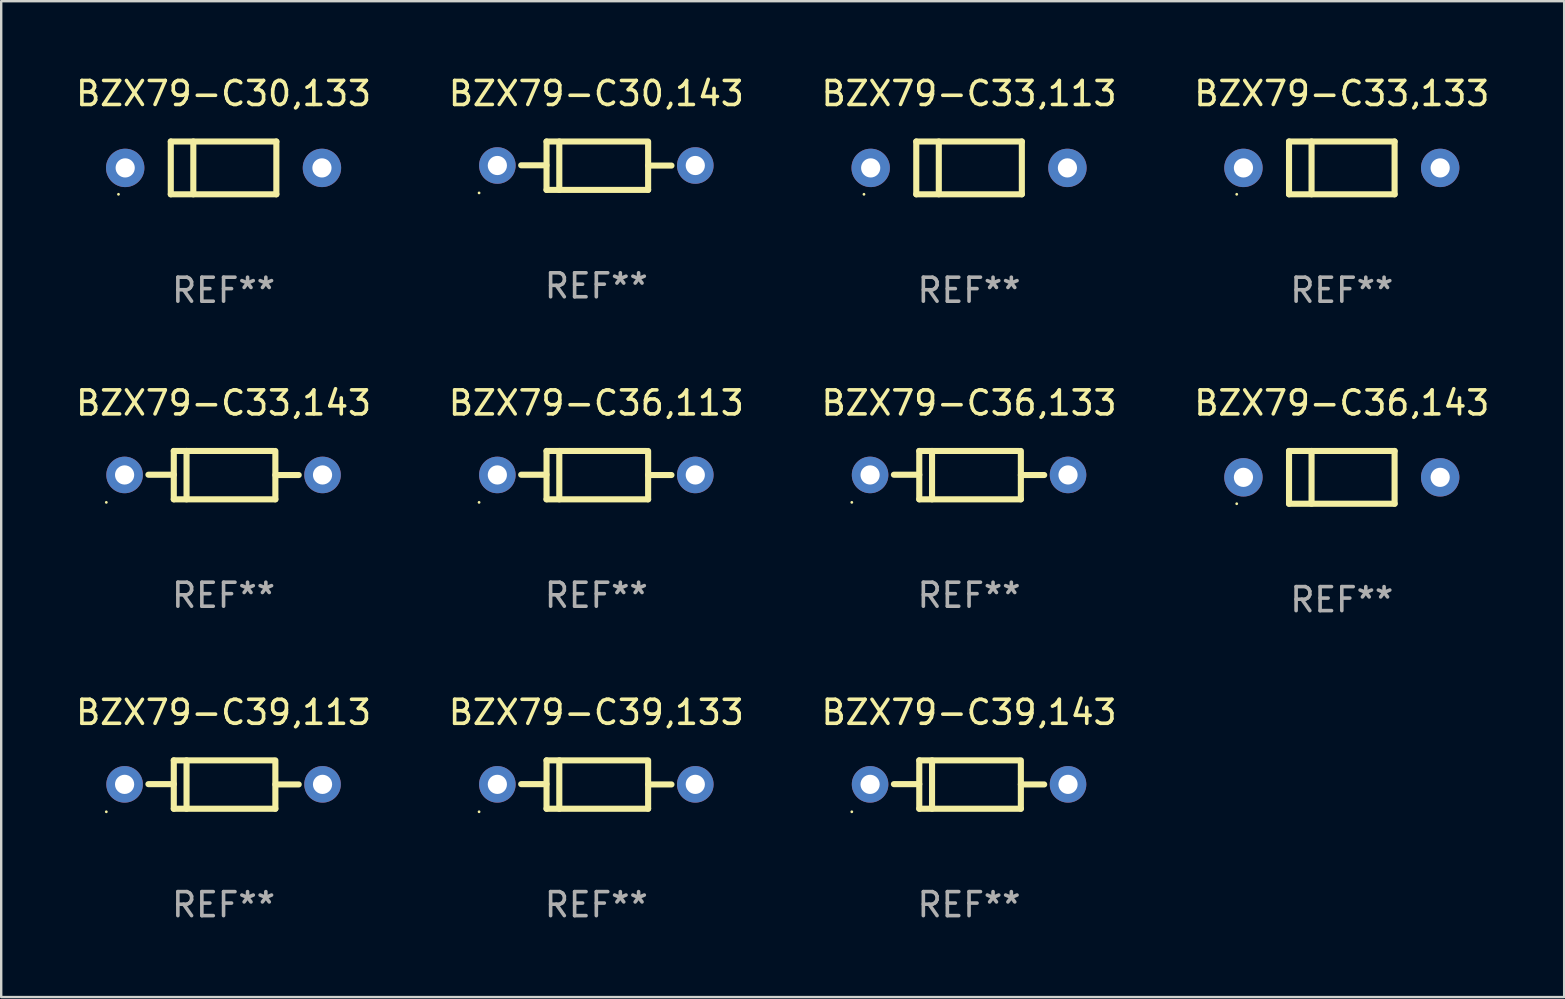
<source format=kicad_pcb>
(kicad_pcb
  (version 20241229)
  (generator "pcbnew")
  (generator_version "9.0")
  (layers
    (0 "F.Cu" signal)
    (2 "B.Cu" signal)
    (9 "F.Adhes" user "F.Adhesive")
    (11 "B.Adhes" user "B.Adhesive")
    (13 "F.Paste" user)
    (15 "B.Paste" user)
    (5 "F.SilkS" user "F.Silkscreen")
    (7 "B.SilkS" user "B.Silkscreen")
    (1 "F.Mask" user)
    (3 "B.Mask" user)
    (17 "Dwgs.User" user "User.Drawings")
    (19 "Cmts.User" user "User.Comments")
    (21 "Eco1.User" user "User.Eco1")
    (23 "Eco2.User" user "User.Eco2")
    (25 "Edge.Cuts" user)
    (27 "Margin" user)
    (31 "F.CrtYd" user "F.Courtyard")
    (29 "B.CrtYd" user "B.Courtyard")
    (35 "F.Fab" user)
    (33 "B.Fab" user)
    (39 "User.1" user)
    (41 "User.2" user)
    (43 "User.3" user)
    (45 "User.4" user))
  (footprint "BZX79-C33,113"
    (layer "F.Cu")
    (at 37.339 3.948)
    (property "Reference" "BZX79-C33,113" (at 0 -3.1 0) (layer "F.SilkS") (effects (font (size 1 1) (thickness 0.15))))
    (attr through_hole)
    (fp_line (start -2.2 -1.1) (end -2.2 1.1) (stroke (width 0.254) (type solid)) (layer "F.SilkS"))
    (fp_line (start -2.2 -1.1) (end 2.2 -1.1) (stroke (width 0.254) (type solid)) (layer "F.SilkS"))
    (fp_line (start -2.2 1.1) (end 2.2 1.1) (stroke (width 0.254) (type solid)) (layer "F.SilkS"))
    (fp_line (start -1.261 -1.1) (end -1.261 1.1) (stroke (width 0.254) (type solid)) (layer "F.SilkS"))
    (fp_line (start 2.2 -1.1) (end 2.2 1.1) (stroke (width 0.254) (type solid)) (layer "F.SilkS"))
    (fp_circle (center -4.38 1.1) (end -4.35 1.1) (stroke (width 0.06) (type solid)) (fill no) (layer "F.SilkS"))
    (fp_text user "REF**" (at 0 5.1 0) (layer "F.Fab") (effects (font (size 1 1) (thickness 0.15))))
    (pad "1" thru_hole circle (at -4.1 0) (size 1.6 1.6) (drill 0.8) (layers "*.Cu" "*.Mask"))
    (pad "2" thru_hole circle (at 4.1 0) (size 1.6 1.6) (drill 0.8) (layers "*.Cu" "*.Mask")))
  (footprint "BZX79-C33,133"
    (layer "F.Cu")
    (at 52.875 3.948)
    (property "Reference" "BZX79-C33,133" (at 0 -3.1 0) (layer "F.SilkS") (effects (font (size 1 1) (thickness 0.15))))
    (attr through_hole)
    (fp_line (start -2.2 -1.1) (end -2.2 1.1) (stroke (width 0.254) (type solid)) (layer "F.SilkS"))
    (fp_line (start -2.2 -1.1) (end 2.2 -1.1) (stroke (width 0.254) (type solid)) (layer "F.SilkS"))
    (fp_line (start -2.2 1.1) (end 2.2 1.1) (stroke (width 0.254) (type solid)) (layer "F.SilkS"))
    (fp_line (start -1.261 -1.1) (end -1.261 1.1) (stroke (width 0.254) (type solid)) (layer "F.SilkS"))
    (fp_line (start 2.2 -1.1) (end 2.2 1.1) (stroke (width 0.254) (type solid)) (layer "F.SilkS"))
    (fp_circle (center -4.38 1.1) (end -4.35 1.1) (stroke (width 0.06) (type solid)) (fill no) (layer "F.SilkS"))
    (fp_text user "REF**" (at 0 5.1 0) (layer "F.Fab") (effects (font (size 1 1) (thickness 0.15))))
    (pad "1" thru_hole circle (at -4.1 0) (size 1.6 1.6) (drill 0.8) (layers "*.Cu" "*.Mask"))
    (pad "2" thru_hole circle (at 4.1 0) (size 1.6 1.6) (drill 0.8) (layers "*.Cu" "*.Mask")))
  (footprint "BZX79-C33,143"
    (layer "F.Cu")
    (at 6.268 16.753)
    (property "Reference" "BZX79-C33,143" (at 0 -3.008 0) (layer "F.SilkS") (effects (font (size 1 1) (thickness 0.15))))
    (attr through_hole)
    (fp_line (start -2.075 -1.008) (end -2.075 1.008) (stroke (width 0.254) (type solid)) (layer "F.SilkS"))
    (fp_line (start -2.075 -0.017) (end -3.132 -0.017) (stroke (width 0.254) (type solid)) (layer "F.SilkS"))
    (fp_line (start -2.075 1.008) (end 2.159 1.008) (stroke (width 0.254) (type solid)) (layer "F.SilkS"))
    (fp_line (start -1.543 -1.008) (end -1.543 1.008) (stroke (width 0.254) (type solid)) (layer "F.SilkS"))
    (fp_line (start 2.075 -1.008) (end -2.075 -1.008) (stroke (width 0.254) (type solid)) (layer "F.SilkS"))
    (fp_line (start 2.159 -0.005) (end 3.132 -0.005) (stroke (width 0.254) (type solid)) (layer "F.SilkS"))
    (fp_line (start 2.159 1.008) (end 2.159 -1.008) (stroke (width 0.254) (type solid)) (layer "F.SilkS"))
    (fp_circle (center -4.887 1.135) (end -4.857 1.135) (stroke (width 0.06) (type solid)) (fill no) (layer "F.SilkS"))
    (fp_text user "REF**" (at 0 5.008 0) (layer "F.Fab") (effects (font (size 1 1) (thickness 0.15))))
    (pad "1" thru_hole circle (at -4.125 -0.008) (size 1.524 1.524) (drill 0.8) (layers "*.Cu" "*.Mask"))
    (pad "2" thru_hole circle (at 4.125 -0.008) (size 1.524 1.524) (drill 0.8) (layers "*.Cu" "*.Mask")))
  (footprint "BZX79-C36,143"
    (layer "F.Cu")
    (at 52.875 16.845)
    (property "Reference" "BZX79-C36,143" (at 0 -3.1 0) (layer "F.SilkS") (effects (font (size 1 1) (thickness 0.15))))
    (attr through_hole)
    (fp_line (start -2.2 -1.1) (end -2.2 1.1) (stroke (width 0.254) (type solid)) (layer "F.SilkS"))
    (fp_line (start -2.2 -1.1) (end 2.2 -1.1) (stroke (width 0.254) (type solid)) (layer "F.SilkS"))
    (fp_line (start -2.2 1.1) (end 2.2 1.1) (stroke (width 0.254) (type solid)) (layer "F.SilkS"))
    (fp_line (start -1.261 -1.1) (end -1.261 1.1) (stroke (width 0.254) (type solid)) (layer "F.SilkS"))
    (fp_line (start 2.2 -1.1) (end 2.2 1.1) (stroke (width 0.254) (type solid)) (layer "F.SilkS"))
    (fp_circle (center -4.38 1.1) (end -4.35 1.1) (stroke (width 0.06) (type solid)) (fill no) (layer "F.SilkS"))
    (fp_text user "REF**" (at 0 5.1 0) (layer "F.Fab") (effects (font (size 1 1) (thickness 0.15))))
    (pad "1" thru_hole circle (at -4.1 0) (size 1.6 1.6) (drill 0.8) (layers "*.Cu" "*.Mask"))
    (pad "2" thru_hole circle (at 4.1 0) (size 1.6 1.6) (drill 0.8) (layers "*.Cu" "*.Mask")))
  (footprint "BZX79-C30,133"
    (layer "F.Cu")
    (at 6.268 3.948)
    (property "Reference" "BZX79-C30,133" (at 0 -3.1 0) (layer "F.SilkS") (effects (font (size 1 1) (thickness 0.15))))
    (attr through_hole)
    (fp_line (start -2.2 -1.1) (end -2.2 1.1) (stroke (width 0.254) (type solid)) (layer "F.SilkS"))
    (fp_line (start -2.2 -1.1) (end 2.2 -1.1) (stroke (width 0.254) (type solid)) (layer "F.SilkS"))
    (fp_line (start -2.2 1.1) (end 2.2 1.1) (stroke (width 0.254) (type solid)) (layer "F.SilkS"))
    (fp_line (start -1.261 -1.1) (end -1.261 1.1) (stroke (width 0.254) (type solid)) (layer "F.SilkS"))
    (fp_line (start 2.2 -1.1) (end 2.2 1.1) (stroke (width 0.254) (type solid)) (layer "F.SilkS"))
    (fp_circle (center -4.38 1.1) (end -4.35 1.1) (stroke (width 0.06) (type solid)) (fill no) (layer "F.SilkS"))
    (fp_text user "REF**" (at 0 5.1 0) (layer "F.Fab") (effects (font (size 1 1) (thickness 0.15))))
    (pad "1" thru_hole circle (at -4.1 0) (size 1.6 1.6) (drill 0.8) (layers "*.Cu" "*.Mask"))
    (pad "2" thru_hole circle (at 4.1 0) (size 1.6 1.6) (drill 0.8) (layers "*.Cu" "*.Mask")))
  (footprint "BZX79-C30,143"
    (layer "F.Cu")
    (at 21.804 3.856)
    (property "Reference" "BZX79-C30,143" (at 0 -3.008 0) (layer "F.SilkS") (effects (font (size 1 1) (thickness 0.15))))
    (attr through_hole)
    (fp_line (start -2.075 -1.008) (end -2.075 1.008) (stroke (width 0.254) (type solid)) (layer "F.SilkS"))
    (fp_line (start -2.075 -0.017) (end -3.132 -0.017) (stroke (width 0.254) (type solid)) (layer "F.SilkS"))
    (fp_line (start -2.075 1.008) (end 2.159 1.008) (stroke (width 0.254) (type solid)) (layer "F.SilkS"))
    (fp_line (start -1.543 -1.008) (end -1.543 1.008) (stroke (width 0.254) (type solid)) (layer "F.SilkS"))
    (fp_line (start 2.075 -1.008) (end -2.075 -1.008) (stroke (width 0.254) (type solid)) (layer "F.SilkS"))
    (fp_line (start 2.159 -0.005) (end 3.132 -0.005) (stroke (width 0.254) (type solid)) (layer "F.SilkS"))
    (fp_line (start 2.159 1.008) (end 2.159 -1.008) (stroke (width 0.254) (type solid)) (layer "F.SilkS"))
    (fp_circle (center -4.887 1.135) (end -4.857 1.135) (stroke (width 0.06) (type solid)) (fill no) (layer "F.SilkS"))
    (fp_text user "REF**" (at 0 5.008 0) (layer "F.Fab") (effects (font (size 1 1) (thickness 0.15))))
    (pad "1" thru_hole circle (at -4.125 -0.008) (size 1.524 1.524) (drill 0.8) (layers "*.Cu" "*.Mask"))
    (pad "2" thru_hole circle (at 4.125 -0.008) (size 1.524 1.524) (drill 0.8) (layers "*.Cu" "*.Mask")))
  (footprint "BZX79-C39,133"
    (layer "F.Cu")
    (at 21.804 29.649)
    (property "Reference" "BZX79-C39,133" (at 0 -3.008 0) (layer "F.SilkS") (effects (font (size 1 1) (thickness 0.15))))
    (attr through_hole)
    (fp_line (start -2.075 -1.008) (end -2.075 1.008) (stroke (width 0.254) (type solid)) (layer "F.SilkS"))
    (fp_line (start -2.075 -0.017) (end -3.132 -0.017) (stroke (width 0.254) (type solid)) (layer "F.SilkS"))
    (fp_line (start -2.075 1.008) (end 2.159 1.008) (stroke (width 0.254) (type solid)) (layer "F.SilkS"))
    (fp_line (start -1.543 -1.008) (end -1.543 1.008) (stroke (width 0.254) (type solid)) (layer "F.SilkS"))
    (fp_line (start 2.075 -1.008) (end -2.075 -1.008) (stroke (width 0.254) (type solid)) (layer "F.SilkS"))
    (fp_line (start 2.159 -0.005) (end 3.132 -0.005) (stroke (width 0.254) (type solid)) (layer "F.SilkS"))
    (fp_line (start 2.159 1.008) (end 2.159 -1.008) (stroke (width 0.254) (type solid)) (layer "F.SilkS"))
    (fp_circle (center -4.887 1.135) (end -4.857 1.135) (stroke (width 0.06) (type solid)) (fill no) (layer "F.SilkS"))
    (fp_text user "REF**" (at 0 5.008 0) (layer "F.Fab") (effects (font (size 1 1) (thickness 0.15))))
    (pad "1" thru_hole circle (at -4.125 -0.008) (size 1.524 1.524) (drill 0.8) (layers "*.Cu" "*.Mask"))
    (pad "2" thru_hole circle (at 4.125 -0.008) (size 1.524 1.524) (drill 0.8) (layers "*.Cu" "*.Mask")))
  (footprint "BZX79-C36,133"
    (layer "F.Cu")
    (at 37.339 16.753)
    (property "Reference" "BZX79-C36,133" (at 0 -3.008 0) (layer "F.SilkS") (effects (font (size 1 1) (thickness 0.15))))
    (attr through_hole)
    (fp_line (start -2.075 -1.008) (end -2.075 1.008) (stroke (width 0.254) (type solid)) (layer "F.SilkS"))
    (fp_line (start -2.075 -0.017) (end -3.132 -0.017) (stroke (width 0.254) (type solid)) (layer "F.SilkS"))
    (fp_line (start -2.075 1.008) (end 2.159 1.008) (stroke (width 0.254) (type solid)) (layer "F.SilkS"))
    (fp_line (start -1.543 -1.008) (end -1.543 1.008) (stroke (width 0.254) (type solid)) (layer "F.SilkS"))
    (fp_line (start 2.075 -1.008) (end -2.075 -1.008) (stroke (width 0.254) (type solid)) (layer "F.SilkS"))
    (fp_line (start 2.159 -0.005) (end 3.132 -0.005) (stroke (width 0.254) (type solid)) (layer "F.SilkS"))
    (fp_line (start 2.159 1.008) (end 2.159 -1.008) (stroke (width 0.254) (type solid)) (layer "F.SilkS"))
    (fp_circle (center -4.887 1.135) (end -4.857 1.135) (stroke (width 0.06) (type solid)) (fill no) (layer "F.SilkS"))
    (fp_text user "REF**" (at 0 5.008 0) (layer "F.Fab") (effects (font (size 1 1) (thickness 0.15))))
    (pad "1" thru_hole circle (at -4.125 -0.008) (size 1.524 1.524) (drill 0.8) (layers "*.Cu" "*.Mask"))
    (pad "2" thru_hole circle (at 4.125 -0.008) (size 1.524 1.524) (drill 0.8) (layers "*.Cu" "*.Mask")))
  (footprint "BZX79-C39,113"
    (layer "F.Cu")
    (at 6.268 29.649)
    (property "Reference" "BZX79-C39,113" (at 0 -3.008 0) (layer "F.SilkS") (effects (font (size 1 1) (thickness 0.15))))
    (attr through_hole)
    (fp_line (start -2.075 -1.008) (end -2.075 1.008) (stroke (width 0.254) (type solid)) (layer "F.SilkS"))
    (fp_line (start -2.075 -0.017) (end -3.132 -0.017) (stroke (width 0.254) (type solid)) (layer "F.SilkS"))
    (fp_line (start -2.075 1.008) (end 2.159 1.008) (stroke (width 0.254) (type solid)) (layer "F.SilkS"))
    (fp_line (start -1.543 -1.008) (end -1.543 1.008) (stroke (width 0.254) (type solid)) (layer "F.SilkS"))
    (fp_line (start 2.075 -1.008) (end -2.075 -1.008) (stroke (width 0.254) (type solid)) (layer "F.SilkS"))
    (fp_line (start 2.159 -0.005) (end 3.132 -0.005) (stroke (width 0.254) (type solid)) (layer "F.SilkS"))
    (fp_line (start 2.159 1.008) (end 2.159 -1.008) (stroke (width 0.254) (type solid)) (layer "F.SilkS"))
    (fp_circle (center -4.887 1.135) (end -4.857 1.135) (stroke (width 0.06) (type solid)) (fill no) (layer "F.SilkS"))
    (fp_text user "REF**" (at 0 5.008 0) (layer "F.Fab") (effects (font (size 1 1) (thickness 0.15))))
    (pad "1" thru_hole circle (at -4.125 -0.008) (size 1.524 1.524) (drill 0.8) (layers "*.Cu" "*.Mask"))
    (pad "2" thru_hole circle (at 4.125 -0.008) (size 1.524 1.524) (drill 0.8) (layers "*.Cu" "*.Mask")))
  (footprint "BZX79-C39,143"
    (layer "F.Cu")
    (at 37.339 29.649)
    (property "Reference" "BZX79-C39,143" (at 0 -3.008 0) (layer "F.SilkS") (effects (font (size 1 1) (thickness 0.15))))
    (attr through_hole)
    (fp_line (start -2.075 -1.008) (end -2.075 1.008) (stroke (width 0.254) (type solid)) (layer "F.SilkS"))
    (fp_line (start -2.075 -0.017) (end -3.132 -0.017) (stroke (width 0.254) (type solid)) (layer "F.SilkS"))
    (fp_line (start -2.075 1.008) (end 2.159 1.008) (stroke (width 0.254) (type solid)) (layer "F.SilkS"))
    (fp_line (start -1.543 -1.008) (end -1.543 1.008) (stroke (width 0.254) (type solid)) (layer "F.SilkS"))
    (fp_line (start 2.075 -1.008) (end -2.075 -1.008) (stroke (width 0.254) (type solid)) (layer "F.SilkS"))
    (fp_line (start 2.159 -0.005) (end 3.132 -0.005) (stroke (width 0.254) (type solid)) (layer "F.SilkS"))
    (fp_line (start 2.159 1.008) (end 2.159 -1.008) (stroke (width 0.254) (type solid)) (layer "F.SilkS"))
    (fp_circle (center -4.887 1.135) (end -4.857 1.135) (stroke (width 0.06) (type solid)) (fill no) (layer "F.SilkS"))
    (fp_text user "REF**" (at 0 5.008 0) (layer "F.Fab") (effects (font (size 1 1) (thickness 0.15))))
    (pad "1" thru_hole circle (at -4.125 -0.008) (size 1.524 1.524) (drill 0.8) (layers "*.Cu" "*.Mask"))
    (pad "2" thru_hole circle (at 4.125 -0.008) (size 1.524 1.524) (drill 0.8) (layers "*.Cu" "*.Mask")))
  (footprint "BZX79-C36,113"
    (layer "F.Cu")
    (at 21.804 16.753)
    (property "Reference" "BZX79-C36,113" (at 0 -3.008 0) (layer "F.SilkS") (effects (font (size 1 1) (thickness 0.15))))
    (attr through_hole)
    (fp_line (start -2.075 -1.008) (end -2.075 1.008) (stroke (width 0.254) (type solid)) (layer "F.SilkS"))
    (fp_line (start -2.075 -0.017) (end -3.132 -0.017) (stroke (width 0.254) (type solid)) (layer "F.SilkS"))
    (fp_line (start -2.075 1.008) (end 2.159 1.008) (stroke (width 0.254) (type solid)) (layer "F.SilkS"))
    (fp_line (start -1.543 -1.008) (end -1.543 1.008) (stroke (width 0.254) (type solid)) (layer "F.SilkS"))
    (fp_line (start 2.075 -1.008) (end -2.075 -1.008) (stroke (width 0.254) (type solid)) (layer "F.SilkS"))
    (fp_line (start 2.159 -0.005) (end 3.132 -0.005) (stroke (width 0.254) (type solid)) (layer "F.SilkS"))
    (fp_line (start 2.159 1.008) (end 2.159 -1.008) (stroke (width 0.254) (type solid)) (layer "F.SilkS"))
    (fp_circle (center -4.887 1.135) (end -4.857 1.135) (stroke (width 0.06) (type solid)) (fill no) (layer "F.SilkS"))
    (fp_text user "REF**" (at 0 5.008 0) (layer "F.Fab") (effects (font (size 1 1) (thickness 0.15))))
    (pad "1" thru_hole circle (at -4.125 -0.008) (size 1.524 1.524) (drill 0.8) (layers "*.Cu" "*.Mask"))
    (pad "2" thru_hole circle (at 4.125 -0.008) (size 1.524 1.524) (drill 0.8) (layers "*.Cu" "*.Mask")))
  (gr_rect
    (start -3 -3)
    (end 62.143 38.506)
    (stroke (width 0.1) (type default))
    (fill no)
    (layer "Edge.Cuts")))
</source>
